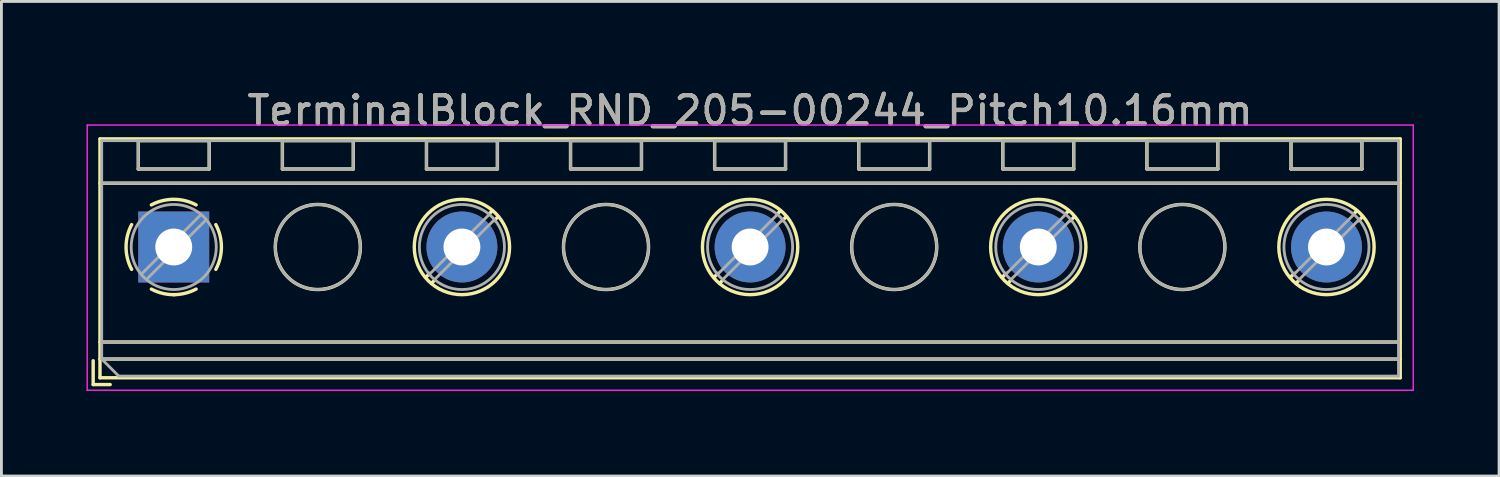
<source format=kicad_pcb>
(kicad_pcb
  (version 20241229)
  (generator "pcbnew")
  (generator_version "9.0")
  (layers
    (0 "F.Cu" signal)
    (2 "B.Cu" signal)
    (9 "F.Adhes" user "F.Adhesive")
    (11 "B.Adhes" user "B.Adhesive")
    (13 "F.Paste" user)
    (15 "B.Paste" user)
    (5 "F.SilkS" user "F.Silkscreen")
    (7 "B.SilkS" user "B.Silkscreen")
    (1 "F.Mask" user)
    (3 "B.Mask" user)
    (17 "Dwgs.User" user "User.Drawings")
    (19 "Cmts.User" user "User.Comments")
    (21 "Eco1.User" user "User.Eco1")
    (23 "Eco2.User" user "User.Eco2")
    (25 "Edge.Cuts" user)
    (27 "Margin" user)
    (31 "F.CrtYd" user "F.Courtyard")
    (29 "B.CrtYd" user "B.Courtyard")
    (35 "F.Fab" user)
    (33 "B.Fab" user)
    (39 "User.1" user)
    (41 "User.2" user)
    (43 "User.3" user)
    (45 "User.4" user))
  (footprint "TerminalBlock_RND_205-00244_Pitch10.16mm"
    (layer "F.Cu")
    (at 3.075 5.658)
    (property "Reference" "TerminalBlock_RND_205-00244_Pitch10.16mm" (at 20.32 -4.81 0) (layer "F.SilkS") (effects (font (size 1 1) (thickness 0.15))))
    (attr through_hole)
    (fp_line (start -2.84 4.01) (end -2.84 4.85) (stroke (width 0.12) (type solid)) (layer "F.SilkS"))
    (fp_line (start -2.84 4.85) (end -2.24 4.85) (stroke (width 0.12) (type solid)) (layer "F.SilkS"))
    (fp_line (start -2.6 -3.81) (end -2.6 4.61) (stroke (width 0.12) (type solid)) (layer "F.SilkS"))
    (fp_line (start -2.6 -2.25) (end 43.24 -2.25) (stroke (width 0.12) (type solid)) (layer "F.SilkS"))
    (fp_line (start -2.6 3.35) (end 43.24 3.35) (stroke (width 0.12) (type solid)) (layer "F.SilkS"))
    (fp_line (start -2.6 3.95) (end 43.24 3.95) (stroke (width 0.12) (type solid)) (layer "F.SilkS"))
    (fp_line (start -2.6 4.61) (end 43.24 4.61) (stroke (width 0.12) (type solid)) (layer "F.SilkS"))
    (fp_line (start -1.25 -3.751) (end -1.25 -2.751) (stroke (width 0.12) (type solid)) (layer "F.SilkS"))
    (fp_line (start -1.25 -3.751) (end 1.25 -3.751) (stroke (width 0.12) (type solid)) (layer "F.SilkS"))
    (fp_line (start -1.25 -2.751) (end 1.25 -2.751) (stroke (width 0.12) (type solid)) (layer "F.SilkS"))
    (fp_line (start 1.25 -3.751) (end 1.25 -2.751) (stroke (width 0.12) (type solid)) (layer "F.SilkS"))
    (fp_line (start 3.83 -3.751) (end 3.83 -2.751) (stroke (width 0.12) (type solid)) (layer "F.SilkS"))
    (fp_line (start 3.83 -3.751) (end 6.33 -3.751) (stroke (width 0.12) (type solid)) (layer "F.SilkS"))
    (fp_line (start 3.83 -2.751) (end 6.33 -2.751) (stroke (width 0.12) (type solid)) (layer "F.SilkS"))
    (fp_line (start 6.33 -3.751) (end 6.33 -2.751) (stroke (width 0.12) (type solid)) (layer "F.SilkS"))
    (fp_line (start 8.91 -3.751) (end 8.91 -2.751) (stroke (width 0.12) (type solid)) (layer "F.SilkS"))
    (fp_line (start 8.91 -3.751) (end 11.41 -3.751) (stroke (width 0.12) (type solid)) (layer "F.SilkS"))
    (fp_line (start 8.91 -2.751) (end 11.41 -2.751) (stroke (width 0.12) (type solid)) (layer "F.SilkS"))
    (fp_line (start 9.027 0.929) (end 8.886 1.069) (stroke (width 0.12) (type solid)) (layer "F.SilkS"))
    (fp_line (start 9.197 1.169) (end 9.091 1.274) (stroke (width 0.12) (type solid)) (layer "F.SilkS"))
    (fp_line (start 11.23 -1.275) (end 11.124 -1.169) (stroke (width 0.12) (type solid)) (layer "F.SilkS"))
    (fp_line (start 11.41 -3.751) (end 11.41 -2.751) (stroke (width 0.12) (type solid)) (layer "F.SilkS"))
    (fp_line (start 11.435 -1.069) (end 11.294 -0.929) (stroke (width 0.12) (type solid)) (layer "F.SilkS"))
    (fp_line (start 13.99 -3.751) (end 13.99 -2.751) (stroke (width 0.12) (type solid)) (layer "F.SilkS"))
    (fp_line (start 13.99 -3.751) (end 16.49 -3.751) (stroke (width 0.12) (type solid)) (layer "F.SilkS"))
    (fp_line (start 13.99 -2.751) (end 16.49 -2.751) (stroke (width 0.12) (type solid)) (layer "F.SilkS"))
    (fp_line (start 16.49 -3.751) (end 16.49 -2.751) (stroke (width 0.12) (type solid)) (layer "F.SilkS"))
    (fp_line (start 19.07 -3.751) (end 19.07 -2.751) (stroke (width 0.12) (type solid)) (layer "F.SilkS"))
    (fp_line (start 19.07 -3.751) (end 21.57 -3.751) (stroke (width 0.12) (type solid)) (layer "F.SilkS"))
    (fp_line (start 19.07 -2.751) (end 21.57 -2.751) (stroke (width 0.12) (type solid)) (layer "F.SilkS"))
    (fp_line (start 19.187 0.929) (end 19.046 1.069) (stroke (width 0.12) (type solid)) (layer "F.SilkS"))
    (fp_line (start 19.357 1.169) (end 19.251 1.274) (stroke (width 0.12) (type solid)) (layer "F.SilkS"))
    (fp_line (start 21.39 -1.275) (end 21.284 -1.169) (stroke (width 0.12) (type solid)) (layer "F.SilkS"))
    (fp_line (start 21.57 -3.751) (end 21.57 -2.751) (stroke (width 0.12) (type solid)) (layer "F.SilkS"))
    (fp_line (start 21.595 -1.069) (end 21.454 -0.929) (stroke (width 0.12) (type solid)) (layer "F.SilkS"))
    (fp_line (start 24.15 -3.751) (end 24.15 -2.751) (stroke (width 0.12) (type solid)) (layer "F.SilkS"))
    (fp_line (start 24.15 -3.751) (end 26.65 -3.751) (stroke (width 0.12) (type solid)) (layer "F.SilkS"))
    (fp_line (start 24.15 -2.751) (end 26.65 -2.751) (stroke (width 0.12) (type solid)) (layer "F.SilkS"))
    (fp_line (start 26.65 -3.751) (end 26.65 -2.751) (stroke (width 0.12) (type solid)) (layer "F.SilkS"))
    (fp_line (start 29.23 -3.751) (end 29.23 -2.751) (stroke (width 0.12) (type solid)) (layer "F.SilkS"))
    (fp_line (start 29.23 -3.751) (end 31.73 -3.751) (stroke (width 0.12) (type solid)) (layer "F.SilkS"))
    (fp_line (start 29.23 -2.751) (end 31.73 -2.751) (stroke (width 0.12) (type solid)) (layer "F.SilkS"))
    (fp_line (start 29.347 0.929) (end 29.206 1.069) (stroke (width 0.12) (type solid)) (layer "F.SilkS"))
    (fp_line (start 29.517 1.169) (end 29.411 1.274) (stroke (width 0.12) (type solid)) (layer "F.SilkS"))
    (fp_line (start 31.55 -1.275) (end 31.444 -1.169) (stroke (width 0.12) (type solid)) (layer "F.SilkS"))
    (fp_line (start 31.73 -3.751) (end 31.73 -2.751) (stroke (width 0.12) (type solid)) (layer "F.SilkS"))
    (fp_line (start 31.755 -1.069) (end 31.614 -0.929) (stroke (width 0.12) (type solid)) (layer "F.SilkS"))
    (fp_line (start 34.31 -3.751) (end 34.31 -2.751) (stroke (width 0.12) (type solid)) (layer "F.SilkS"))
    (fp_line (start 34.31 -3.751) (end 36.81 -3.751) (stroke (width 0.12) (type solid)) (layer "F.SilkS"))
    (fp_line (start 34.31 -2.751) (end 36.81 -2.751) (stroke (width 0.12) (type solid)) (layer "F.SilkS"))
    (fp_line (start 36.81 -3.751) (end 36.81 -2.751) (stroke (width 0.12) (type solid)) (layer "F.SilkS"))
    (fp_line (start 39.39 -3.751) (end 39.39 -2.751) (stroke (width 0.12) (type solid)) (layer "F.SilkS"))
    (fp_line (start 39.39 -3.751) (end 41.89 -3.751) (stroke (width 0.12) (type solid)) (layer "F.SilkS"))
    (fp_line (start 39.39 -2.751) (end 41.89 -2.751) (stroke (width 0.12) (type solid)) (layer "F.SilkS"))
    (fp_line (start 39.507 0.929) (end 39.366 1.069) (stroke (width 0.12) (type solid)) (layer "F.SilkS"))
    (fp_line (start 39.677 1.169) (end 39.571 1.274) (stroke (width 0.12) (type solid)) (layer "F.SilkS"))
    (fp_line (start 41.71 -1.275) (end 41.604 -1.169) (stroke (width 0.12) (type solid)) (layer "F.SilkS"))
    (fp_line (start 41.89 -3.751) (end 41.89 -2.751) (stroke (width 0.12) (type solid)) (layer "F.SilkS"))
    (fp_line (start 41.915 -1.069) (end 41.774 -0.929) (stroke (width 0.12) (type solid)) (layer "F.SilkS"))
    (fp_line (start 43.24 -3.81) (end -2.6 -3.81) (stroke (width 0.12) (type solid)) (layer "F.SilkS"))
    (fp_line (start 43.24 4.61) (end 43.24 -3.81) (stroke (width 0.12) (type solid)) (layer "F.SilkS"))
    (fp_arc (start -1.483953 0.789089) (mid -1.680708 0.00005) (end -1.484 -0.789) (stroke (width 0.12) (type solid)) (layer "F.SilkS"))
    (fp_arc (start -0.789089 -1.483953) (mid -0.00005 -1.680708) (end 0.789 -1.484) (stroke (width 0.12) (type solid)) (layer "F.SilkS"))
    (fp_arc (start 0.029383 1.68045) (mid -0.392304 1.634281) (end -0.789 1.484) (stroke (width 0.12) (type solid)) (layer "F.SilkS"))
    (fp_arc (start 0.788712 1.483352) (mid 0.406429 1.630097) (end 0 1.68) (stroke (width 0.12) (type solid)) (layer "F.SilkS"))
    (fp_arc (start 1.483953 -0.789089) (mid 1.680708 -0.00005) (end 1.484 0.789) (stroke (width 0.12) (type solid)) (layer "F.SilkS"))
    (fp_circle (center 5.08 0) (end 6.58 0) (stroke (width 0.12) (type solid)) (fill no) (layer "F.SilkS"))
    (fp_circle (center 10.16 0) (end 11.84 0) (stroke (width 0.12) (type solid)) (fill no) (layer "F.SilkS"))
    (fp_circle (center 15.24 0) (end 16.74 0) (stroke (width 0.12) (type solid)) (fill no) (layer "F.SilkS"))
    (fp_circle (center 20.32 0) (end 22 0) (stroke (width 0.12) (type solid)) (fill no) (layer "F.SilkS"))
    (fp_circle (center 25.4 0) (end 26.9 0) (stroke (width 0.12) (type solid)) (fill no) (layer "F.SilkS"))
    (fp_circle (center 30.48 0) (end 32.16 0) (stroke (width 0.12) (type solid)) (fill no) (layer "F.SilkS"))
    (fp_circle (center 35.56 0) (end 37.06 0) (stroke (width 0.12) (type solid)) (fill no) (layer "F.SilkS"))
    (fp_circle (center 40.64 0) (end 42.32 0) (stroke (width 0.12) (type solid)) (fill no) (layer "F.SilkS"))
    (fp_line (start -3.05 -4.3) (end -3.05 5.05) (stroke (width 0.05) (type solid)) (layer "F.CrtYd"))
    (fp_line (start -3.05 5.05) (end 43.7 5.05) (stroke (width 0.05) (type solid)) (layer "F.CrtYd"))
    (fp_line (start 43.7 -4.3) (end -3.05 -4.3) (stroke (width 0.05) (type solid)) (layer "F.CrtYd"))
    (fp_line (start 43.7 5.05) (end 43.7 -4.3) (stroke (width 0.05) (type solid)) (layer "F.CrtYd"))
    (fp_line (start -2.54 -3.75) (end 43.18 -3.75) (stroke (width 0.1) (type solid)) (layer "F.Fab"))
    (fp_line (start -2.54 -2.25) (end 43.18 -2.25) (stroke (width 0.1) (type solid)) (layer "F.Fab"))
    (fp_line (start -2.54 3.35) (end 43.18 3.35) (stroke (width 0.1) (type solid)) (layer "F.Fab"))
    (fp_line (start -2.54 3.95) (end -2.54 -3.75) (stroke (width 0.1) (type solid)) (layer "F.Fab"))
    (fp_line (start -2.54 3.95) (end 43.18 3.95) (stroke (width 0.1) (type solid)) (layer "F.Fab"))
    (fp_line (start -1.94 4.55) (end -2.54 3.95) (stroke (width 0.1) (type solid)) (layer "F.Fab"))
    (fp_line (start -1.25 -3.75) (end -1.25 -2.75) (stroke (width 0.1) (type solid)) (layer "F.Fab"))
    (fp_line (start -1.25 -2.75) (end 1.25 -2.75) (stroke (width 0.1) (type solid)) (layer "F.Fab"))
    (fp_line (start 0.955 -1.138) (end -1.138 0.955) (stroke (width 0.1) (type solid)) (layer "F.Fab"))
    (fp_line (start 1.138 -0.955) (end -0.955 1.138) (stroke (width 0.1) (type solid)) (layer "F.Fab"))
    (fp_line (start 1.25 -3.75) (end -1.25 -3.75) (stroke (width 0.1) (type solid)) (layer "F.Fab"))
    (fp_line (start 1.25 -2.75) (end 1.25 -3.75) (stroke (width 0.1) (type solid)) (layer "F.Fab"))
    (fp_line (start 3.83 -3.75) (end 3.83 -2.75) (stroke (width 0.1) (type solid)) (layer "F.Fab"))
    (fp_line (start 3.83 -2.75) (end 6.33 -2.75) (stroke (width 0.1) (type solid)) (layer "F.Fab"))
    (fp_line (start 6.33 -3.75) (end 3.83 -3.75) (stroke (width 0.1) (type solid)) (layer "F.Fab"))
    (fp_line (start 6.33 -2.75) (end 6.33 -3.75) (stroke (width 0.1) (type solid)) (layer "F.Fab"))
    (fp_line (start 8.91 -3.75) (end 8.91 -2.75) (stroke (width 0.1) (type solid)) (layer "F.Fab"))
    (fp_line (start 8.91 -2.75) (end 11.41 -2.75) (stroke (width 0.1) (type solid)) (layer "F.Fab"))
    (fp_line (start 11.115 -1.138) (end 9.023 0.955) (stroke (width 0.1) (type solid)) (layer "F.Fab"))
    (fp_line (start 11.298 -0.955) (end 9.206 1.138) (stroke (width 0.1) (type solid)) (layer "F.Fab"))
    (fp_line (start 11.41 -3.75) (end 8.91 -3.75) (stroke (width 0.1) (type solid)) (layer "F.Fab"))
    (fp_line (start 11.41 -2.75) (end 11.41 -3.75) (stroke (width 0.1) (type solid)) (layer "F.Fab"))
    (fp_line (start 13.99 -3.75) (end 13.99 -2.75) (stroke (width 0.1) (type solid)) (layer "F.Fab"))
    (fp_line (start 13.99 -2.75) (end 16.49 -2.75) (stroke (width 0.1) (type solid)) (layer "F.Fab"))
    (fp_line (start 16.49 -3.75) (end 13.99 -3.75) (stroke (width 0.1) (type solid)) (layer "F.Fab"))
    (fp_line (start 16.49 -2.75) (end 16.49 -3.75) (stroke (width 0.1) (type solid)) (layer "F.Fab"))
    (fp_line (start 19.07 -3.75) (end 19.07 -2.75) (stroke (width 0.1) (type solid)) (layer "F.Fab"))
    (fp_line (start 19.07 -2.75) (end 21.57 -2.75) (stroke (width 0.1) (type solid)) (layer "F.Fab"))
    (fp_line (start 21.275 -1.138) (end 19.183 0.955) (stroke (width 0.1) (type solid)) (layer "F.Fab"))
    (fp_line (start 21.458 -0.955) (end 19.366 1.138) (stroke (width 0.1) (type solid)) (layer "F.Fab"))
    (fp_line (start 21.57 -3.75) (end 19.07 -3.75) (stroke (width 0.1) (type solid)) (layer "F.Fab"))
    (fp_line (start 21.57 -2.75) (end 21.57 -3.75) (stroke (width 0.1) (type solid)) (layer "F.Fab"))
    (fp_line (start 24.15 -3.75) (end 24.15 -2.75) (stroke (width 0.1) (type solid)) (layer "F.Fab"))
    (fp_line (start 24.15 -2.75) (end 26.65 -2.75) (stroke (width 0.1) (type solid)) (layer "F.Fab"))
    (fp_line (start 26.65 -3.75) (end 24.15 -3.75) (stroke (width 0.1) (type solid)) (layer "F.Fab"))
    (fp_line (start 26.65 -2.75) (end 26.65 -3.75) (stroke (width 0.1) (type solid)) (layer "F.Fab"))
    (fp_line (start 29.23 -3.75) (end 29.23 -2.75) (stroke (width 0.1) (type solid)) (layer "F.Fab"))
    (fp_line (start 29.23 -2.75) (end 31.73 -2.75) (stroke (width 0.1) (type solid)) (layer "F.Fab"))
    (fp_line (start 31.435 -1.138) (end 29.343 0.955) (stroke (width 0.1) (type solid)) (layer "F.Fab"))
    (fp_line (start 31.618 -0.955) (end 29.526 1.138) (stroke (width 0.1) (type solid)) (layer "F.Fab"))
    (fp_line (start 31.73 -3.75) (end 29.23 -3.75) (stroke (width 0.1) (type solid)) (layer "F.Fab"))
    (fp_line (start 31.73 -2.75) (end 31.73 -3.75) (stroke (width 0.1) (type solid)) (layer "F.Fab"))
    (fp_line (start 34.31 -3.75) (end 34.31 -2.75) (stroke (width 0.1) (type solid)) (layer "F.Fab"))
    (fp_line (start 34.31 -2.75) (end 36.81 -2.75) (stroke (width 0.1) (type solid)) (layer "F.Fab"))
    (fp_line (start 36.81 -3.75) (end 34.31 -3.75) (stroke (width 0.1) (type solid)) (layer "F.Fab"))
    (fp_line (start 36.81 -2.75) (end 36.81 -3.75) (stroke (width 0.1) (type solid)) (layer "F.Fab"))
    (fp_line (start 39.39 -3.75) (end 39.39 -2.75) (stroke (width 0.1) (type solid)) (layer "F.Fab"))
    (fp_line (start 39.39 -2.75) (end 41.89 -2.75) (stroke (width 0.1) (type solid)) (layer "F.Fab"))
    (fp_line (start 41.595 -1.138) (end 39.503 0.955) (stroke (width 0.1) (type solid)) (layer "F.Fab"))
    (fp_line (start 41.778 -0.955) (end 39.686 1.138) (stroke (width 0.1) (type solid)) (layer "F.Fab"))
    (fp_line (start 41.89 -3.75) (end 39.39 -3.75) (stroke (width 0.1) (type solid)) (layer "F.Fab"))
    (fp_line (start 41.89 -2.75) (end 41.89 -3.75) (stroke (width 0.1) (type solid)) (layer "F.Fab"))
    (fp_line (start 43.18 -3.75) (end 43.18 4.55) (stroke (width 0.1) (type solid)) (layer "F.Fab"))
    (fp_line (start 43.18 4.55) (end -1.94 4.55) (stroke (width 0.1) (type solid)) (layer "F.Fab"))
    (fp_circle (center 0 0) (end 1.5 0) (stroke (width 0.1) (type solid)) (fill no) (layer "F.Fab"))
    (fp_circle (center 5.08 0) (end 6.58 0) (stroke (width 0.1) (type solid)) (fill no) (layer "F.Fab"))
    (fp_circle (center 10.16 0) (end 11.66 0) (stroke (width 0.1) (type solid)) (fill no) (layer "F.Fab"))
    (fp_circle (center 15.24 0) (end 16.74 0) (stroke (width 0.1) (type solid)) (fill no) (layer "F.Fab"))
    (fp_circle (center 20.32 0) (end 21.82 0) (stroke (width 0.1) (type solid)) (fill no) (layer "F.Fab"))
    (fp_circle (center 25.4 0) (end 26.9 0) (stroke (width 0.1) (type solid)) (fill no) (layer "F.Fab"))
    (fp_circle (center 30.48 0) (end 31.98 0) (stroke (width 0.1) (type solid)) (fill no) (layer "F.Fab"))
    (fp_circle (center 35.56 0) (end 37.06 0) (stroke (width 0.1) (type solid)) (fill no) (layer "F.Fab"))
    (fp_circle (center 40.64 0) (end 42.14 0) (stroke (width 0.1) (type solid)) (fill no) (layer "F.Fab"))
    (fp_text user "${REFERENCE}" (at 20.32 -4.81 0) (layer "F.Fab") (effects (font (size 1 1) (thickness 0.15))))
    (pad "1" thru_hole rect (at 0 0) (size 2.5 2.5) (drill 1.3) (layers "*.Cu" "*.Mask"))
    (pad "2" thru_hole oval (at 10.16 0) (size 2.5 2.5) (drill 1.3) (layers "*.Cu" "*.Mask"))
    (pad "3" thru_hole oval (at 20.32 0) (size 2.5 2.5) (drill 1.3) (layers "*.Cu" "*.Mask"))
    (pad "4" thru_hole oval (at 30.48 0) (size 2.5 2.5) (drill 1.3) (layers "*.Cu" "*.Mask"))
    (pad "5" thru_hole oval (at 40.64 0) (size 2.5 2.5) (drill 1.3) (layers "*.Cu" "*.Mask")))
  (gr_rect
    (start -3 -3)
    (end 49.8 13.733)
    (stroke (width 0.1) (type default))
    (fill no)
    (layer "Edge.Cuts")))
</source>
